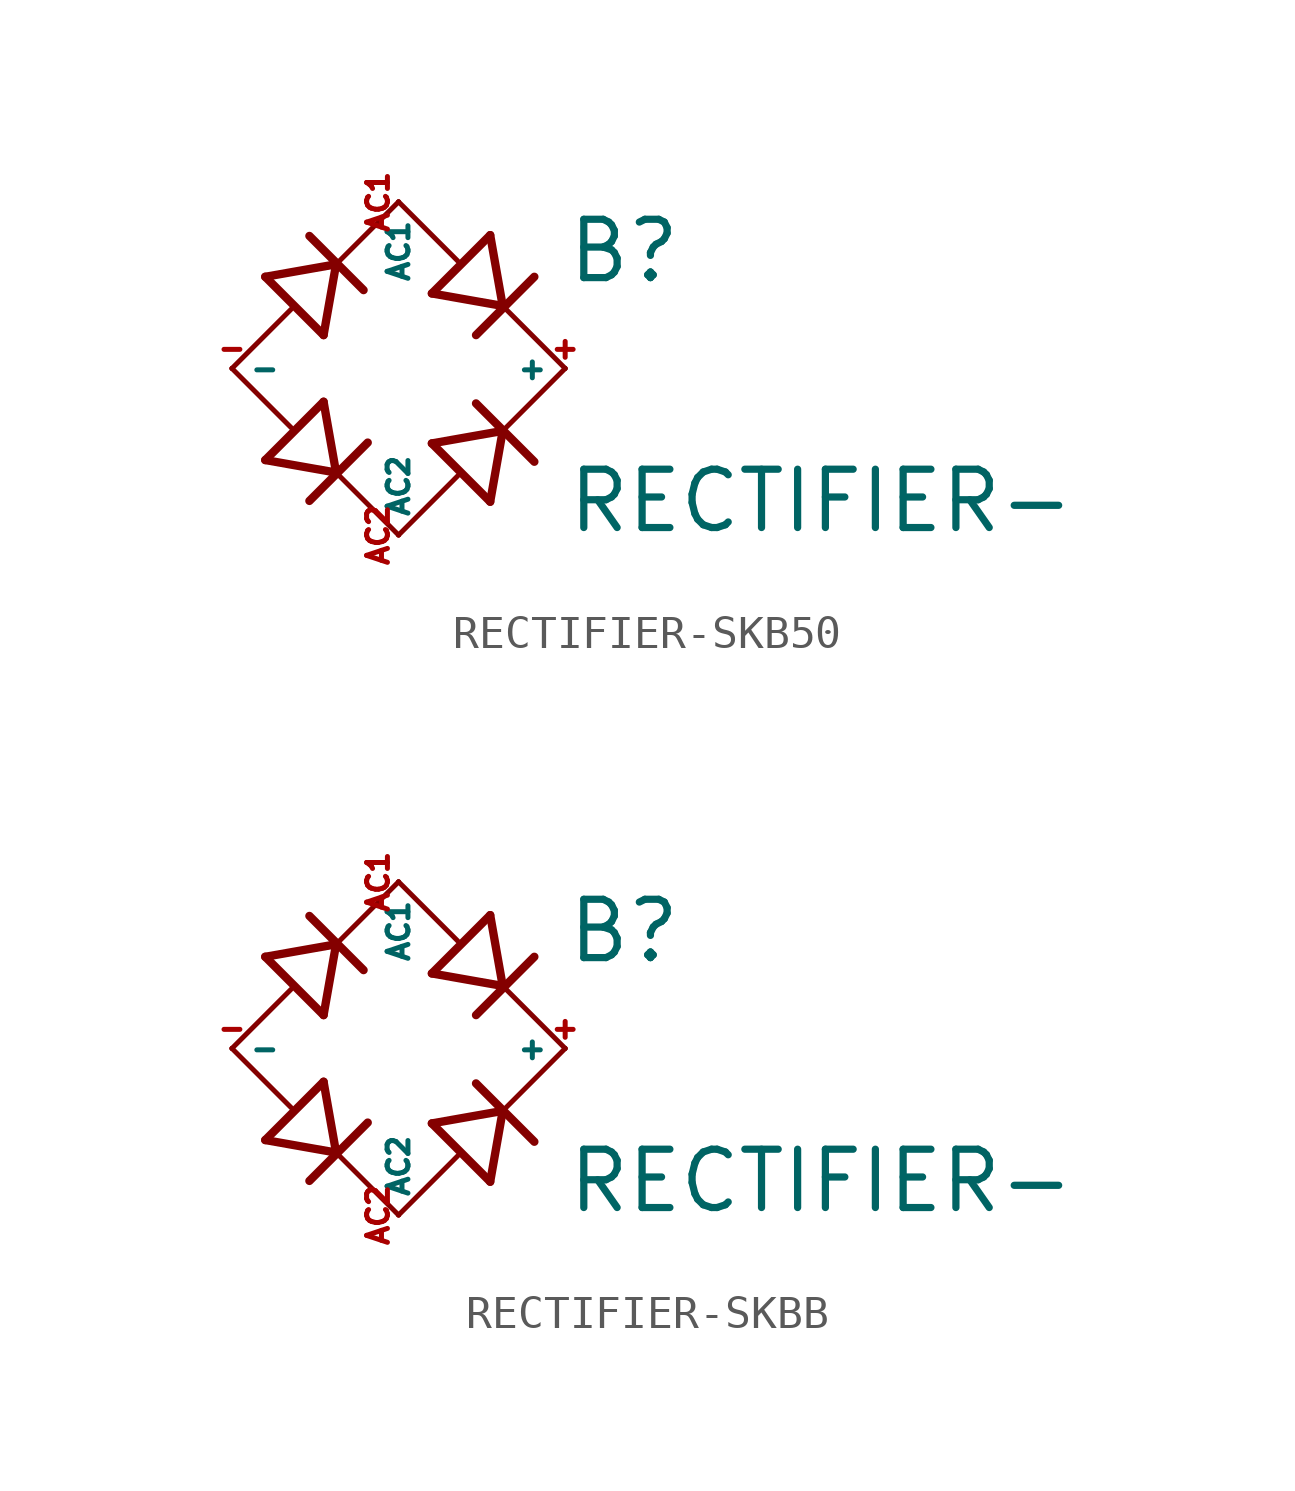
<source format=kicad_sym>
(kicad_symbol_lib
  (version 20220914)
  (generator Eagle2Kicad)
  (symbol "RECTIFIER-SKB50"
    (property "Reference" "B"
      (at 5.08 2.54 0)
      (effects (font (size 1.778 1.778) (thickness 0.22)) (justify left bottom)))
    (property "Value" "RECTIFIER-"
      (at 5.08 -5.08 0)
      (effects (font (size 1.778 1.778) (thickness 0.22)) (justify left bottom)))
    (polyline
      (pts (xy -1.905 -3.175) (xy -4.064 -2.794))
      (stroke (width 0.254) (type default))
      (fill (type none)))
    (polyline
      (pts (xy -1.905 -3.175) (xy -2.286 -1.016))
      (stroke (width 0.254) (type default))
      (fill (type none)))
    (polyline
      (pts (xy -2.718 -4.039) (xy -0.94 -2.261))
      (stroke (width 0.254) (type default))
      (fill (type none)))
    (polyline
      (pts (xy -1.905 3.175) (xy -4.064 2.794))
      (stroke (width 0.254) (type default))
      (fill (type none)))
    (polyline
      (pts (xy -1.905 3.175) (xy -2.286 1.016))
      (stroke (width 0.254) (type default))
      (fill (type none)))
    (polyline
      (pts (xy -2.718 4.039) (xy -1.067 2.388))
      (stroke (width 0.254) (type default))
      (fill (type none)))
    (polyline
      (pts (xy 3.175 1.905) (xy 2.794 4.064))
      (stroke (width 0.254) (type default))
      (fill (type none)))
    (polyline
      (pts (xy 3.175 1.905) (xy 1.016 2.286))
      (stroke (width 0.254) (type default))
      (fill (type none)))
    (polyline
      (pts (xy 2.362 1.016) (xy 4.14 2.794))
      (stroke (width 0.254) (type default))
      (fill (type none)))
    (polyline
      (pts (xy 3.175 -1.905) (xy 2.794 -4.064))
      (stroke (width 0.254) (type default))
      (fill (type none)))
    (polyline
      (pts (xy 3.175 -1.905) (xy 1.016 -2.286))
      (stroke (width 0.254) (type default))
      (fill (type none)))
    (polyline
      (pts (xy 2.362 -1.067) (xy 4.14 -2.845))
      (stroke (width 0.254) (type default))
      (fill (type none)))
    (polyline
      (pts (xy 5.08 0) (xy 3.175 -1.905))
      (stroke (width 0.152) (type default))
      (fill (type none)))
    (polyline
      (pts (xy 0 -5.08) (xy -1.905 -3.175))
      (stroke (width 0.152) (type default))
      (fill (type none)))
    (polyline
      (pts (xy -3.277 -1.803) (xy -5.08 0))
      (stroke (width 0.152) (type default))
      (fill (type none)))
    (polyline
      (pts (xy -4.064 -2.794) (xy -2.286 -1.016))
      (stroke (width 0.254) (type default))
      (fill (type none)))
    (polyline
      (pts (xy -5.08 0) (xy -3.277 1.803))
      (stroke (width 0.152) (type default))
      (fill (type none)))
    (polyline
      (pts (xy -4.064 2.794) (xy -2.286 1.016))
      (stroke (width 0.254) (type default))
      (fill (type none)))
    (polyline
      (pts (xy -1.905 3.175) (xy 0 5.08))
      (stroke (width 0.152) (type default))
      (fill (type none)))
    (polyline
      (pts (xy 0 5.08) (xy 1.803 3.277))
      (stroke (width 0.152) (type default))
      (fill (type none)))
    (polyline
      (pts (xy 1.016 2.286) (xy 2.794 4.064))
      (stroke (width 0.254) (type default))
      (fill (type none)))
    (polyline
      (pts (xy 3.175 1.905) (xy 5.08 0))
      (stroke (width 0.152) (type default))
      (fill (type none)))
    (polyline
      (pts (xy 0 -5.08) (xy 1.803 -3.277))
      (stroke (width 0.152) (type default))
      (fill (type none)))
    (polyline
      (pts (xy 1.016 -2.286) (xy 2.794 -4.064))
      (stroke (width 0.254) (type default))
      (fill (type none)))
    (pin passive line
      (at 0 5.08 270)
      (length 0)
      (name "AC1" (effects (font (size 0.635 0.635) (thickness 0.08)) (justify left bottom)))
      (number "AC1" (effects (font (size 0.635 0.635) (thickness 0.08)) (justify left bottom))))
    (pin passive line
      (at 5.08 0 180)
      (length 0)
      (name "+" (effects (font (size 0.635 0.635) (thickness 0.08)) (justify left bottom)))
      (number "+" (effects (font (size 0.635 0.635) (thickness 0.08)) (justify left bottom))))
    (pin passive line
      (at 0 -5.08 90)
      (length 0)
      (name "AC2" (effects (font (size 0.635 0.635) (thickness 0.08)) (justify left bottom)))
      (number "AC2" (effects (font (size 0.635 0.635) (thickness 0.08)) (justify left bottom))))
    (pin passive line
      (at -5.08 0 0)
      (length 0)
      (name "-" (effects (font (size 0.635 0.635) (thickness 0.08)) (justify left bottom)))
      (number "-" (effects (font (size 0.635 0.635) (thickness 0.08)) (justify left bottom)))))
  (symbol "RECTIFIER-SKBB"
    (property "Reference" "B"
      (at 5.08 2.54 0)
      (effects (font (size 1.778 1.778) (thickness 0.22)) (justify left bottom)))
    (property "Value" "RECTIFIER-"
      (at 5.08 -5.08 0)
      (effects (font (size 1.778 1.778) (thickness 0.22)) (justify left bottom)))
    (polyline
      (pts (xy -1.905 -3.175) (xy -4.064 -2.794))
      (stroke (width 0.254) (type default))
      (fill (type none)))
    (polyline
      (pts (xy -1.905 -3.175) (xy -2.286 -1.016))
      (stroke (width 0.254) (type default))
      (fill (type none)))
    (polyline
      (pts (xy -2.718 -4.039) (xy -0.94 -2.261))
      (stroke (width 0.254) (type default))
      (fill (type none)))
    (polyline
      (pts (xy -1.905 3.175) (xy -4.064 2.794))
      (stroke (width 0.254) (type default))
      (fill (type none)))
    (polyline
      (pts (xy -1.905 3.175) (xy -2.286 1.016))
      (stroke (width 0.254) (type default))
      (fill (type none)))
    (polyline
      (pts (xy -2.718 4.039) (xy -1.067 2.388))
      (stroke (width 0.254) (type default))
      (fill (type none)))
    (polyline
      (pts (xy 3.175 1.905) (xy 2.794 4.064))
      (stroke (width 0.254) (type default))
      (fill (type none)))
    (polyline
      (pts (xy 3.175 1.905) (xy 1.016 2.286))
      (stroke (width 0.254) (type default))
      (fill (type none)))
    (polyline
      (pts (xy 2.362 1.016) (xy 4.14 2.794))
      (stroke (width 0.254) (type default))
      (fill (type none)))
    (polyline
      (pts (xy 3.175 -1.905) (xy 2.794 -4.064))
      (stroke (width 0.254) (type default))
      (fill (type none)))
    (polyline
      (pts (xy 3.175 -1.905) (xy 1.016 -2.286))
      (stroke (width 0.254) (type default))
      (fill (type none)))
    (polyline
      (pts (xy 2.362 -1.067) (xy 4.14 -2.845))
      (stroke (width 0.254) (type default))
      (fill (type none)))
    (polyline
      (pts (xy 5.08 0) (xy 3.175 -1.905))
      (stroke (width 0.152) (type default))
      (fill (type none)))
    (polyline
      (pts (xy 0 -5.08) (xy -1.905 -3.175))
      (stroke (width 0.152) (type default))
      (fill (type none)))
    (polyline
      (pts (xy -3.277 -1.803) (xy -5.08 0))
      (stroke (width 0.152) (type default))
      (fill (type none)))
    (polyline
      (pts (xy -4.064 -2.794) (xy -2.286 -1.016))
      (stroke (width 0.254) (type default))
      (fill (type none)))
    (polyline
      (pts (xy -5.08 0) (xy -3.277 1.803))
      (stroke (width 0.152) (type default))
      (fill (type none)))
    (polyline
      (pts (xy -4.064 2.794) (xy -2.286 1.016))
      (stroke (width 0.254) (type default))
      (fill (type none)))
    (polyline
      (pts (xy -1.905 3.175) (xy 0 5.08))
      (stroke (width 0.152) (type default))
      (fill (type none)))
    (polyline
      (pts (xy 0 5.08) (xy 1.803 3.277))
      (stroke (width 0.152) (type default))
      (fill (type none)))
    (polyline
      (pts (xy 1.016 2.286) (xy 2.794 4.064))
      (stroke (width 0.254) (type default))
      (fill (type none)))
    (polyline
      (pts (xy 3.175 1.905) (xy 5.08 0))
      (stroke (width 0.152) (type default))
      (fill (type none)))
    (polyline
      (pts (xy 0 -5.08) (xy 1.803 -3.277))
      (stroke (width 0.152) (type default))
      (fill (type none)))
    (polyline
      (pts (xy 1.016 -2.286) (xy 2.794 -4.064))
      (stroke (width 0.254) (type default))
      (fill (type none)))
    (pin passive line
      (at 0 5.08 270)
      (length 0)
      (name "AC1" (effects (font (size 0.635 0.635) (thickness 0.08)) (justify left bottom)))
      (number "AC1" (effects (font (size 0.635 0.635) (thickness 0.08)) (justify left bottom))))
    (pin passive line
      (at 5.08 0 180)
      (length 0)
      (name "+" (effects (font (size 0.635 0.635) (thickness 0.08)) (justify left bottom)))
      (number "+" (effects (font (size 0.635 0.635) (thickness 0.08)) (justify left bottom))))
    (pin passive line
      (at 0 -5.08 90)
      (length 0)
      (name "AC2" (effects (font (size 0.635 0.635) (thickness 0.08)) (justify left bottom)))
      (number "AC2" (effects (font (size 0.635 0.635) (thickness 0.08)) (justify left bottom))))
    (pin passive line
      (at -5.08 0 0)
      (length 0)
      (name "-" (effects (font (size 0.635 0.635) (thickness 0.08)) (justify left bottom)))
      (number "-" (effects (font (size 0.635 0.635) (thickness 0.08)) (justify left bottom))))))
</source>
